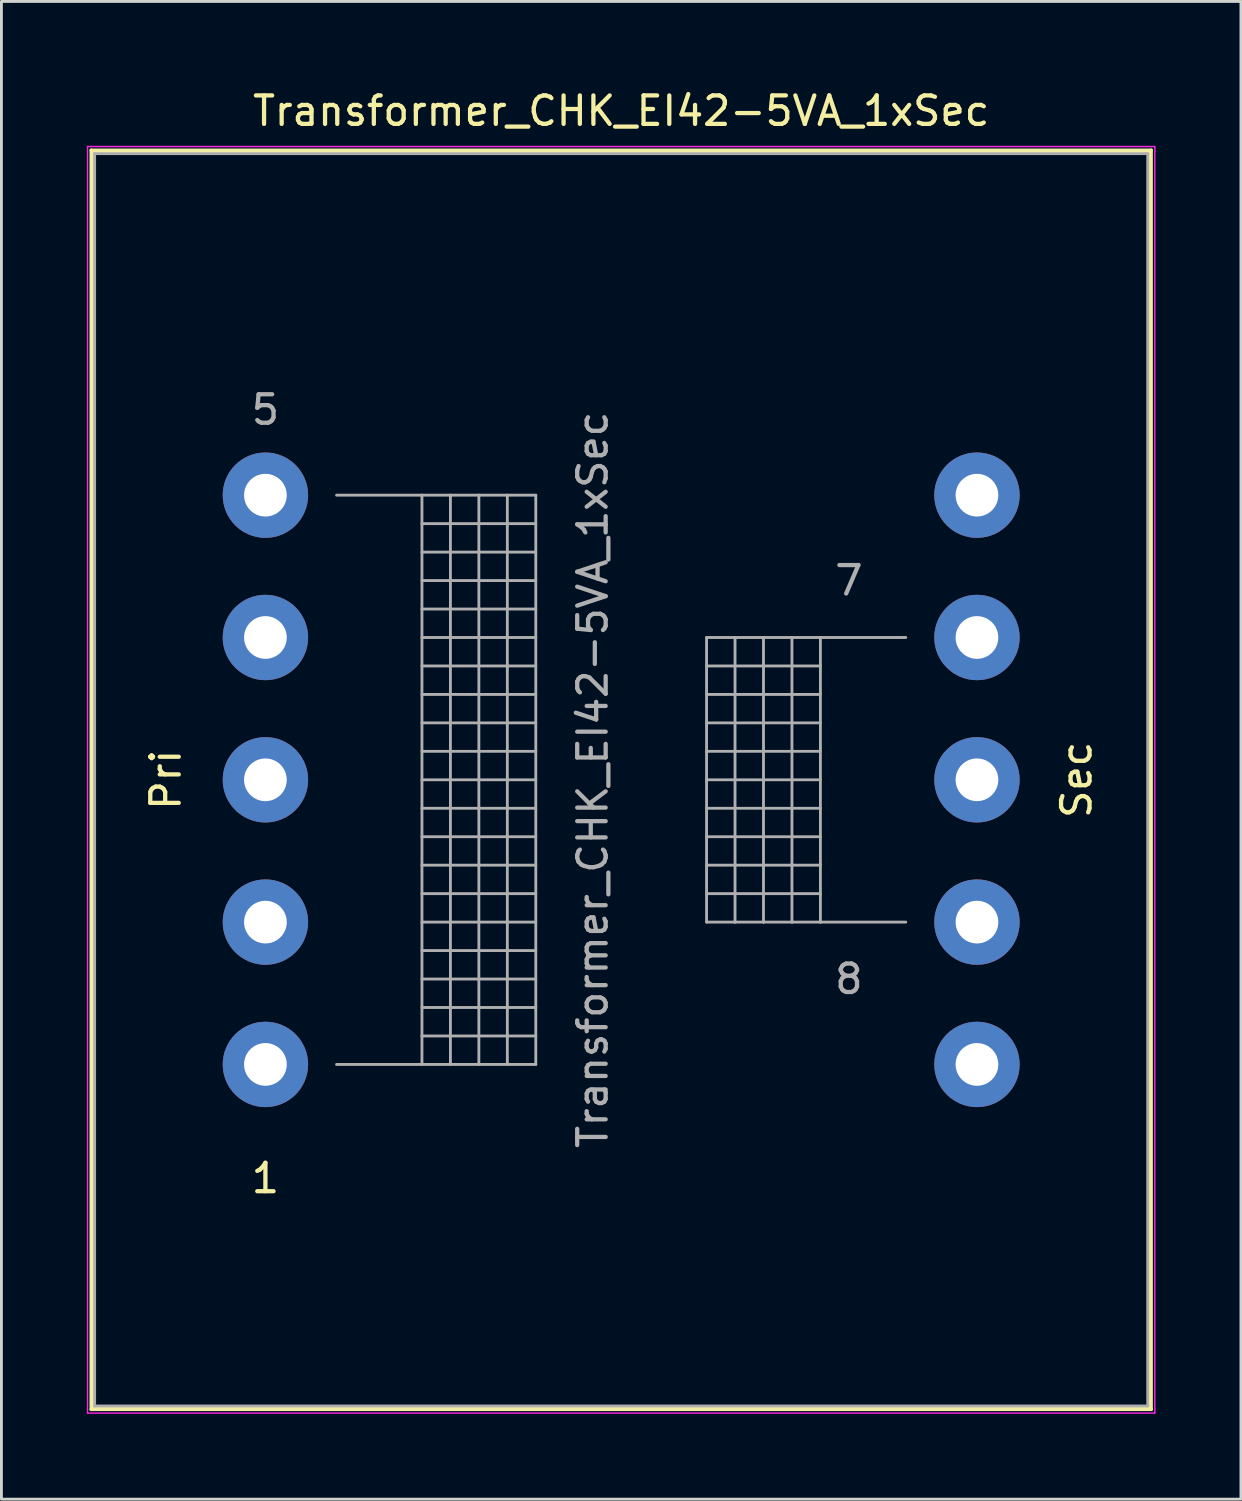
<source format=kicad_pcb>
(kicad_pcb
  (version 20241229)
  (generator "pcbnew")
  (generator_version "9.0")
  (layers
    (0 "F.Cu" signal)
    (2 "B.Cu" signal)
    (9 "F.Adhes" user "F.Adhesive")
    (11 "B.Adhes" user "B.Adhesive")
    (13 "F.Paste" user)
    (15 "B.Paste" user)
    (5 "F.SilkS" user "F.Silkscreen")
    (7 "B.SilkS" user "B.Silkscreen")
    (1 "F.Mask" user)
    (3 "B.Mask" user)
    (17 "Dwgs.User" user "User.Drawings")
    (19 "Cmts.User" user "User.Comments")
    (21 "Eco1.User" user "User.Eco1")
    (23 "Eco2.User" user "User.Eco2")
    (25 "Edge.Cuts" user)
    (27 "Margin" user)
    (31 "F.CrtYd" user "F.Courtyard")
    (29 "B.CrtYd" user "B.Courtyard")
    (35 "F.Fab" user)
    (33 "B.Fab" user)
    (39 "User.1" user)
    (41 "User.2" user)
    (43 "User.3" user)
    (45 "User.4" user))
  (footprint "Transformer_CHK_EI42-5VA_1xSec"
    (layer "F.Cu")
    (at 6.275 34.348)
    (property "Reference" "Transformer_CHK_EI42-5VA_1xSec" (at 12.5 -33.5 0) (layer "F.SilkS") (effects (font (size 1 1) (thickness 0.15))))
    (attr through_hole)
    (fp_line (start -6.12 -32.12) (end -6.12 12.12) (stroke (width 0.12) (type solid)) (layer "F.SilkS"))
    (fp_line (start -6.12 -32.12) (end 31.12 -32.12) (stroke (width 0.12) (type solid)) (layer "F.SilkS"))
    (fp_line (start -6.05 -32.05) (end 31.05 -32.05) (stroke (width 0.12) (type solid)) (layer "F.SilkS"))
    (fp_line (start -6.05 12.05) (end -6.05 -32.05) (stroke (width 0.12) (type solid)) (layer "F.SilkS"))
    (fp_line (start 31.05 -32.05) (end 31.05 12.05) (stroke (width 0.12) (type solid)) (layer "F.SilkS"))
    (fp_line (start 31.05 12.05) (end -6.05 12.05) (stroke (width 0.12) (type solid)) (layer "F.SilkS"))
    (fp_line (start 31.12 12.12) (end -6.12 12.12) (stroke (width 0.12) (type solid)) (layer "F.SilkS"))
    (fp_line (start 31.12 12.12) (end 31.12 -32.12) (stroke (width 0.12) (type solid)) (layer "F.SilkS"))
    (fp_line (start -6.25 -32.25) (end -6.25 12.25) (stroke (width 0.05) (type solid)) (layer "F.CrtYd"))
    (fp_line (start -6.25 -32.25) (end 31.25 -32.25) (stroke (width 0.05) (type solid)) (layer "F.CrtYd"))
    (fp_line (start 31.25 12.25) (end -6.25 12.25) (stroke (width 0.05) (type solid)) (layer "F.CrtYd"))
    (fp_line (start 31.25 12.25) (end 31.25 -32.25) (stroke (width 0.05) (type solid)) (layer "F.CrtYd"))
    (fp_line (start -6 -32) (end -6 12) (stroke (width 0.1) (type solid)) (layer "F.Fab"))
    (fp_line (start -6 12) (end 31 12) (stroke (width 0.1) (type solid)) (layer "F.Fab"))
    (fp_line (start 2.5 -20) (end 5.5 -20) (stroke (width 0.1) (type solid)) (layer "F.Fab"))
    (fp_line (start 5.5 -20) (end 5.5 0) (stroke (width 0.1) (type solid)) (layer "F.Fab"))
    (fp_line (start 5.5 -20) (end 6.5 -20) (stroke (width 0.1) (type solid)) (layer "F.Fab"))
    (fp_line (start 5.5 -19) (end 9.5 -19) (stroke (width 0.1) (type solid)) (layer "F.Fab"))
    (fp_line (start 5.5 -18) (end 9.5 -18) (stroke (width 0.1) (type solid)) (layer "F.Fab"))
    (fp_line (start 5.5 -17) (end 9.5 -17) (stroke (width 0.1) (type solid)) (layer "F.Fab"))
    (fp_line (start 5.5 -16) (end 9.5 -16) (stroke (width 0.1) (type solid)) (layer "F.Fab"))
    (fp_line (start 5.5 -15) (end 9.5 -15) (stroke (width 0.1) (type solid)) (layer "F.Fab"))
    (fp_line (start 5.5 -14) (end 9.5 -14) (stroke (width 0.1) (type solid)) (layer "F.Fab"))
    (fp_line (start 5.5 -13) (end 9.5 -13) (stroke (width 0.1) (type solid)) (layer "F.Fab"))
    (fp_line (start 5.5 -12) (end 9.5 -12) (stroke (width 0.1) (type solid)) (layer "F.Fab"))
    (fp_line (start 5.5 -11) (end 9.5 -11) (stroke (width 0.1) (type solid)) (layer "F.Fab"))
    (fp_line (start 5.5 -10) (end 9.5 -10) (stroke (width 0.1) (type solid)) (layer "F.Fab"))
    (fp_line (start 5.5 -9) (end 9.5 -9) (stroke (width 0.1) (type solid)) (layer "F.Fab"))
    (fp_line (start 5.5 -8) (end 9.5 -8) (stroke (width 0.1) (type solid)) (layer "F.Fab"))
    (fp_line (start 5.5 -7) (end 9.5 -7) (stroke (width 0.1) (type solid)) (layer "F.Fab"))
    (fp_line (start 5.5 -6) (end 9.5 -6) (stroke (width 0.1) (type solid)) (layer "F.Fab"))
    (fp_line (start 5.5 -5) (end 9.5 -5) (stroke (width 0.1) (type solid)) (layer "F.Fab"))
    (fp_line (start 5.5 -4) (end 9.5 -4) (stroke (width 0.1) (type solid)) (layer "F.Fab"))
    (fp_line (start 5.5 -3) (end 9.5 -3) (stroke (width 0.1) (type solid)) (layer "F.Fab"))
    (fp_line (start 5.5 -2) (end 9.5 -2) (stroke (width 0.1) (type solid)) (layer "F.Fab"))
    (fp_line (start 5.5 -1) (end 9.5 -1) (stroke (width 0.1) (type solid)) (layer "F.Fab"))
    (fp_line (start 5.5 0) (end 2.5 0) (stroke (width 0.1) (type solid)) (layer "F.Fab"))
    (fp_line (start 6.5 -20) (end 6.5 0) (stroke (width 0.1) (type solid)) (layer "F.Fab"))
    (fp_line (start 6.5 -20) (end 7.5 -20) (stroke (width 0.1) (type solid)) (layer "F.Fab"))
    (fp_line (start 6.5 0) (end 5.5 0) (stroke (width 0.1) (type solid)) (layer "F.Fab"))
    (fp_line (start 7.5 -20) (end 7.5 0) (stroke (width 0.1) (type solid)) (layer "F.Fab"))
    (fp_line (start 7.5 -20) (end 8.5 -20) (stroke (width 0.1) (type solid)) (layer "F.Fab"))
    (fp_line (start 7.5 0) (end 6.5 0) (stroke (width 0.1) (type solid)) (layer "F.Fab"))
    (fp_line (start 8.5 -20) (end 8.5 0) (stroke (width 0.1) (type solid)) (layer "F.Fab"))
    (fp_line (start 8.5 -20) (end 9.5 -20) (stroke (width 0.1) (type solid)) (layer "F.Fab"))
    (fp_line (start 8.5 0) (end 7.5 0) (stroke (width 0.1) (type solid)) (layer "F.Fab"))
    (fp_line (start 9.5 -20) (end 9.5 0) (stroke (width 0.1) (type solid)) (layer "F.Fab"))
    (fp_line (start 9.5 0) (end 8.5 0) (stroke (width 0.1) (type solid)) (layer "F.Fab"))
    (fp_line (start 15.5 -15) (end 15.5 -5) (stroke (width 0.1) (type solid)) (layer "F.Fab"))
    (fp_line (start 15.5 -14) (end 19.5 -14) (stroke (width 0.1) (type solid)) (layer "F.Fab"))
    (fp_line (start 15.5 -12) (end 19.5 -12) (stroke (width 0.1) (type solid)) (layer "F.Fab"))
    (fp_line (start 15.5 -10) (end 19.5 -10) (stroke (width 0.1) (type solid)) (layer "F.Fab"))
    (fp_line (start 15.5 -8) (end 19.5 -8) (stroke (width 0.1) (type solid)) (layer "F.Fab"))
    (fp_line (start 15.5 -6) (end 19.5 -6) (stroke (width 0.1) (type solid)) (layer "F.Fab"))
    (fp_line (start 15.5 -5) (end 16.5 -5) (stroke (width 0.1) (type solid)) (layer "F.Fab"))
    (fp_line (start 16.5 -15) (end 15.5 -15) (stroke (width 0.1) (type solid)) (layer "F.Fab"))
    (fp_line (start 16.5 -15) (end 16.5 -5) (stroke (width 0.1) (type solid)) (layer "F.Fab"))
    (fp_line (start 16.5 -5) (end 17.5 -5) (stroke (width 0.1) (type solid)) (layer "F.Fab"))
    (fp_line (start 17.5 -15) (end 16.5 -15) (stroke (width 0.1) (type solid)) (layer "F.Fab"))
    (fp_line (start 17.5 -15) (end 17.5 -5) (stroke (width 0.1) (type solid)) (layer "F.Fab"))
    (fp_line (start 17.5 -5) (end 18.5 -5) (stroke (width 0.1) (type solid)) (layer "F.Fab"))
    (fp_line (start 18.5 -15) (end 17.5 -15) (stroke (width 0.1) (type solid)) (layer "F.Fab"))
    (fp_line (start 18.5 -15) (end 18.5 -5) (stroke (width 0.1) (type solid)) (layer "F.Fab"))
    (fp_line (start 18.5 -5) (end 19.5 -5) (stroke (width 0.1) (type solid)) (layer "F.Fab"))
    (fp_line (start 19.5 -15) (end 18.5 -15) (stroke (width 0.1) (type solid)) (layer "F.Fab"))
    (fp_line (start 19.5 -15) (end 19.5 -5) (stroke (width 0.1) (type solid)) (layer "F.Fab"))
    (fp_line (start 19.5 -13) (end 15.5 -13) (stroke (width 0.1) (type solid)) (layer "F.Fab"))
    (fp_line (start 19.5 -11) (end 15.5 -11) (stroke (width 0.1) (type solid)) (layer "F.Fab"))
    (fp_line (start 19.5 -9) (end 15.5 -9) (stroke (width 0.1) (type solid)) (layer "F.Fab"))
    (fp_line (start 19.5 -7) (end 15.5 -7) (stroke (width 0.1) (type solid)) (layer "F.Fab"))
    (fp_line (start 19.5 -5) (end 22.5 -5) (stroke (width 0.1) (type solid)) (layer "F.Fab"))
    (fp_line (start 22.5 -15) (end 19.5 -15) (stroke (width 0.1) (type solid)) (layer "F.Fab"))
    (fp_line (start 31 -32) (end -6 -32) (stroke (width 0.1) (type solid)) (layer "F.Fab"))
    (fp_line (start 31 12) (end 31 -32) (stroke (width 0.1) (type solid)) (layer "F.Fab"))
    (fp_text user "Sec" (at 28.5 -10 90) (layer "F.SilkS") (effects (font (size 1 1) (thickness 0.15))))
    (fp_text user "1" (at 0 4 0) (layer "F.SilkS") (effects (font (size 1 1) (thickness 0.15))))
    (fp_text user "Pri" (at -3.5 -10 90) (layer "F.SilkS") (effects (font (size 1 1) (thickness 0.15))))
    (fp_text user "7" (at 20.5 -17 0) (layer "F.Fab") (effects (font (size 1 1) (thickness 0.15))))
    (fp_text user "8" (at 20.5 -3 0) (layer "F.Fab") (effects (font (size 1 1) (thickness 0.15))))
    (fp_text user "${REFERENCE}" (at 11.5 -10 90) (layer "F.Fab") (effects (font (size 1 1) (thickness 0.15))))
    (fp_text user "5" (at 0 -23 0) (layer "F.Fab") (effects (font (size 1 1) (thickness 0.15))))
    (pad "1" thru_hole circle (at 0 0) (size 3 3) (drill 1.5) (layers "*.Cu" "*.Mask"))
    (pad "2" thru_hole circle (at 0 -5) (size 3 3) (drill 1.5) (layers "*.Cu" "*.Mask"))
    (pad "3" thru_hole circle (at 0 -10) (size 3 3) (drill 1.5) (layers "*.Cu" "*.Mask"))
    (pad "4" thru_hole circle (at 0 -15) (size 3 3) (drill 1.5) (layers "*.Cu" "*.Mask"))
    (pad "5" thru_hole circle (at 0 -20) (size 3 3) (drill 1.5) (layers "*.Cu" "*.Mask"))
    (pad "6" thru_hole circle (at 25 -20) (size 3 3) (drill 1.5) (layers "*.Cu" "*.Mask"))
    (pad "7" thru_hole circle (at 25 -15) (size 3 3) (drill 1.5) (layers "*.Cu" "*.Mask"))
    (pad "8" thru_hole circle (at 25 -10) (size 3 3) (drill 1.5) (layers "*.Cu" "*.Mask"))
    (pad "9" thru_hole circle (at 25 -5) (size 3 3) (drill 1.5) (layers "*.Cu" "*.Mask"))
    (pad "10" thru_hole circle (at 25 0) (size 3 3) (drill 1.5) (layers "*.Cu" "*.Mask")))
  (gr_rect
    (start -3 -3)
    (end 40.55 49.623)
    (stroke (width 0.1) (type default))
    (fill no)
    (layer "Edge.Cuts")))
</source>
